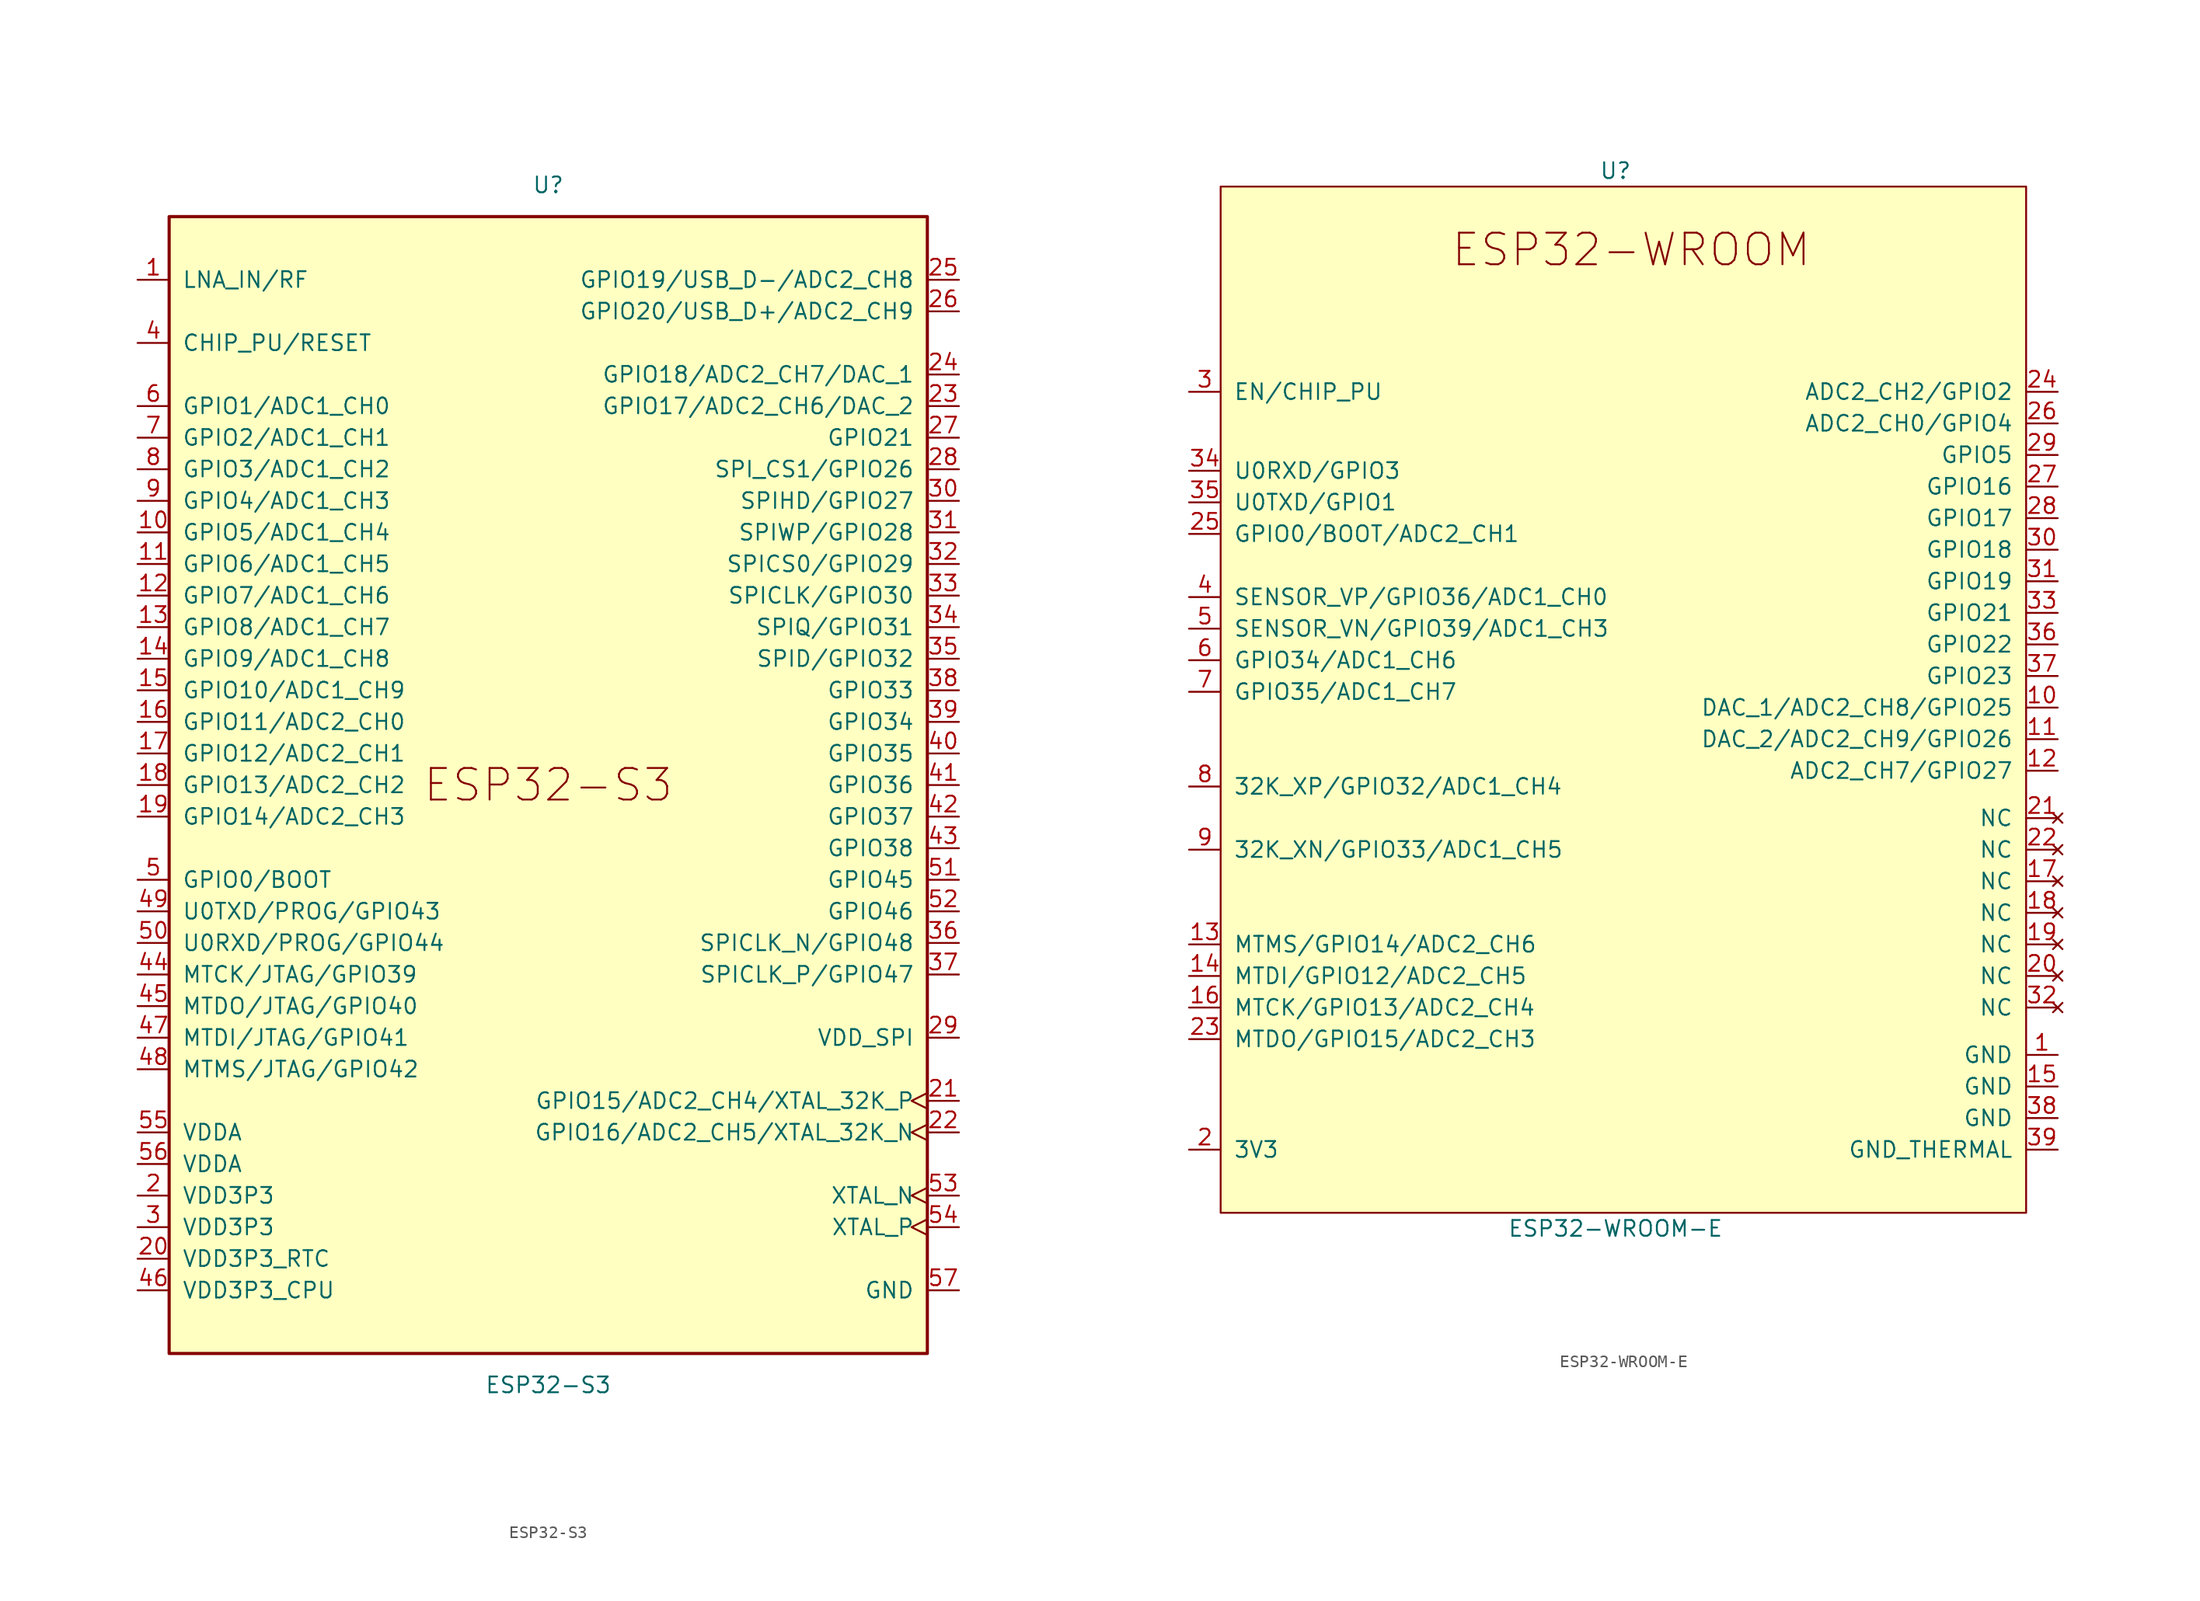
<source format=kicad_sym>
(kicad_symbol_lib
  (version 20220914)
  (generator kicad_symbol_editor)
  (symbol "ESP32-S3"
    (pin_names
      (offset 1.016))
    (property "Reference" "U"
      (at 0 48.26 0)
      (effects (font (size 1.27 1.27))))
    (property "Value" "ESP32-S3"
      (at 0 -48.26 0)
      (effects (font (size 1.27 1.27))))
    (symbol "ESP32-S3_0_0"
      (text "ESP32-S3" (at 0 0 0) (effects (font (size 2.54 2.54))))
      (pin bidirectional line (at 33.02 -12.7 180) (length 2.54) (name "SPICLK_N/GPIO48" (effects (font (size 1.27 1.27)))) (number "36" (effects (font (size 1.27 1.27)))))
      (pin bidirectional line (at 33.02 -15.24 180) (length 2.54) (name "SPICLK_P/GPIO47" (effects (font (size 1.27 1.27)))) (number "37" (effects (font (size 1.27 1.27))))))
    (symbol "ESP32-S3_0_1"
      (rectangle (start -30.48 45.72) (end 30.48 -45.72) (stroke (width 0.254) (type default)) (fill (type background))))
    (symbol "ESP32-S3_1_1"
      (pin bidirectional line (at -33.02 40.64 0) (length 2.54) (name "LNA_IN/RF" (effects (font (size 1.27 1.27)))) (number "1" (effects (font (size 1.27 1.27)))))
      (pin bidirectional line (at -33.02 20.32 0) (length 2.54) (name "GPIO5/ADC1_CH4" (effects (font (size 1.27 1.27)))) (number "10" (effects (font (size 1.27 1.27)))))
      (pin bidirectional line (at -33.02 17.78 0) (length 2.54) (name "GPIO6/ADC1_CH5" (effects (font (size 1.27 1.27)))) (number "11" (effects (font (size 1.27 1.27)))))
      (pin bidirectional line (at -33.02 15.24 0) (length 2.54) (name "GPIO7/ADC1_CH6" (effects (font (size 1.27 1.27)))) (number "12" (effects (font (size 1.27 1.27)))))
      (pin bidirectional line (at -33.02 12.7 0) (length 2.54) (name "GPIO8/ADC1_CH7" (effects (font (size 1.27 1.27)))) (number "13" (effects (font (size 1.27 1.27)))))
      (pin bidirectional line (at -33.02 10.16 0) (length 2.54) (name "GPIO9/ADC1_CH8" (effects (font (size 1.27 1.27)))) (number "14" (effects (font (size 1.27 1.27)))))
      (pin bidirectional line (at -33.02 7.62 0) (length 2.54) (name "GPIO10/ADC1_CH9" (effects (font (size 1.27 1.27)))) (number "15" (effects (font (size 1.27 1.27)))))
      (pin bidirectional line (at -33.02 5.08 0) (length 2.54) (name "GPIO11/ADC2_CH0" (effects (font (size 1.27 1.27)))) (number "16" (effects (font (size 1.27 1.27)))))
      (pin bidirectional line (at -33.02 2.54 0) (length 2.54) (name "GPIO12/ADC2_CH1" (effects (font (size 1.27 1.27)))) (number "17" (effects (font (size 1.27 1.27)))))
      (pin bidirectional line (at -33.02 0 0) (length 2.54) (name "GPIO13/ADC2_CH2" (effects (font (size 1.27 1.27)))) (number "18" (effects (font (size 1.27 1.27)))))
      (pin bidirectional line (at -33.02 -2.54 0) (length 2.54) (name "GPIO14/ADC2_CH3" (effects (font (size 1.27 1.27)))) (number "19" (effects (font (size 1.27 1.27)))))
      (pin power_in line (at -33.02 -33.02 0) (length 2.54) (name "VDD3P3" (effects (font (size 1.27 1.27)))) (number "2" (effects (font (size 1.27 1.27)))))
      (pin power_in line (at -33.02 -38.1 0) (length 2.54) (name "VDD3P3_RTC" (effects (font (size 1.27 1.27)))) (number "20" (effects (font (size 1.27 1.27)))))
      (pin input clock (at 33.02 -25.4 180) (length 2.54) (name "GPIO15/ADC2_CH4/XTAL_32K_P" (effects (font (size 1.27 1.27)))) (number "21" (effects (font (size 1.27 1.27)))))
      (pin output clock (at 33.02 -27.94 180) (length 2.54) (name "GPIO16/ADC2_CH5/XTAL_32K_N" (effects (font (size 1.27 1.27)))) (number "22" (effects (font (size 1.27 1.27)))))
      (pin bidirectional line (at 33.02 30.48 180) (length 2.54) (name "GPIO17/ADC2_CH6/DAC_2" (effects (font (size 1.27 1.27)))) (number "23" (effects (font (size 1.27 1.27)))))
      (pin bidirectional line (at 33.02 33.02 180) (length 2.54) (name "GPIO18/ADC2_CH7/DAC_1" (effects (font (size 1.27 1.27)))) (number "24" (effects (font (size 1.27 1.27)))))
      (pin bidirectional line (at 33.02 40.64 180) (length 2.54) (name "GPIO19/USB_D-/ADC2_CH8" (effects (font (size 1.27 1.27)))) (number "25" (effects (font (size 1.27 1.27)))))
      (pin bidirectional line (at 33.02 38.1 180) (length 2.54) (name "GPIO20/USB_D+/ADC2_CH9" (effects (font (size 1.27 1.27)))) (number "26" (effects (font (size 1.27 1.27)))))
      (pin bidirectional line (at 33.02 27.94 180) (length 2.54) (name "GPIO21" (effects (font (size 1.27 1.27)))) (number "27" (effects (font (size 1.27 1.27)))))
      (pin bidirectional line (at 33.02 25.4 180) (length 2.54) (name "SPI_CS1/GPIO26" (effects (font (size 1.27 1.27)))) (number "28" (effects (font (size 1.27 1.27)))))
      (pin power_out line (at 33.02 -20.32 180) (length 2.54) (name "VDD_SPI" (effects (font (size 1.27 1.27)))) (number "29" (effects (font (size 1.27 1.27)))))
      (pin power_in line (at -33.02 -35.56 0) (length 2.54) (name "VDD3P3" (effects (font (size 1.27 1.27)))) (number "3" (effects (font (size 1.27 1.27)))))
      (pin bidirectional line (at 33.02 22.86 180) (length 2.54) (name "SPIHD/GPIO27" (effects (font (size 1.27 1.27)))) (number "30" (effects (font (size 1.27 1.27)))))
      (pin bidirectional line (at 33.02 20.32 180) (length 2.54) (name "SPIWP/GPIO28" (effects (font (size 1.27 1.27)))) (number "31" (effects (font (size 1.27 1.27)))))
      (pin bidirectional line (at 33.02 17.78 180) (length 2.54) (name "SPICS0/GPIO29" (effects (font (size 1.27 1.27)))) (number "32" (effects (font (size 1.27 1.27)))))
      (pin bidirectional line (at 33.02 15.24 180) (length 2.54) (name "SPICLK/GPIO30" (effects (font (size 1.27 1.27)))) (number "33" (effects (font (size 1.27 1.27)))))
      (pin bidirectional line (at 33.02 12.7 180) (length 2.54) (name "SPIQ/GPIO31" (effects (font (size 1.27 1.27)))) (number "34" (effects (font (size 1.27 1.27)))))
      (pin bidirectional line (at 33.02 10.16 180) (length 2.54) (name "SPID/GPIO32" (effects (font (size 1.27 1.27)))) (number "35" (effects (font (size 1.27 1.27)))))
      (pin bidirectional line (at 33.02 7.62 180) (length 2.54) (name "GPIO33" (effects (font (size 1.27 1.27)))) (number "38" (effects (font (size 1.27 1.27)))))
      (pin bidirectional line (at 33.02 5.08 180) (length 2.54) (name "GPIO34" (effects (font (size 1.27 1.27)))) (number "39" (effects (font (size 1.27 1.27)))))
      (pin input line (at -33.02 35.56 0) (length 2.54) (name "CHIP_PU/RESET" (effects (font (size 1.27 1.27)))) (number "4" (effects (font (size 1.27 1.27)))))
      (pin bidirectional line (at 33.02 2.54 180) (length 2.54) (name "GPIO35" (effects (font (size 1.27 1.27)))) (number "40" (effects (font (size 1.27 1.27)))))
      (pin bidirectional line (at 33.02 0 180) (length 2.54) (name "GPIO36" (effects (font (size 1.27 1.27)))) (number "41" (effects (font (size 1.27 1.27)))))
      (pin bidirectional line (at 33.02 -2.54 180) (length 2.54) (name "GPIO37" (effects (font (size 1.27 1.27)))) (number "42" (effects (font (size 1.27 1.27)))))
      (pin bidirectional line (at 33.02 -5.08 180) (length 2.54) (name "GPIO38" (effects (font (size 1.27 1.27)))) (number "43" (effects (font (size 1.27 1.27)))))
      (pin bidirectional line (at -33.02 -15.24 0) (length 2.54) (name "MTCK/JTAG/GPIO39" (effects (font (size 1.27 1.27)))) (number "44" (effects (font (size 1.27 1.27)))))
      (pin bidirectional line (at -33.02 -17.78 0) (length 2.54) (name "MTDO/JTAG/GPIO40" (effects (font (size 1.27 1.27)))) (number "45" (effects (font (size 1.27 1.27)))))
      (pin power_in line (at -33.02 -40.64 0) (length 2.54) (name "VDD3P3_CPU" (effects (font (size 1.27 1.27)))) (number "46" (effects (font (size 1.27 1.27)))))
      (pin bidirectional line (at -33.02 -20.32 0) (length 2.54) (name "MTDI/JTAG/GPIO41" (effects (font (size 1.27 1.27)))) (number "47" (effects (font (size 1.27 1.27)))))
      (pin bidirectional line (at -33.02 -22.86 0) (length 2.54) (name "MTMS/JTAG/GPIO42" (effects (font (size 1.27 1.27)))) (number "48" (effects (font (size 1.27 1.27)))))
      (pin bidirectional line (at -33.02 -10.16 0) (length 2.54) (name "U0TXD/PROG/GPIO43" (effects (font (size 1.27 1.27)))) (number "49" (effects (font (size 1.27 1.27)))))
      (pin bidirectional line (at -33.02 -7.62 0) (length 2.54) (name "GPIO0/BOOT" (effects (font (size 1.27 1.27)))) (number "5" (effects (font (size 1.27 1.27)))))
      (pin bidirectional line (at -33.02 -12.7 0) (length 2.54) (name "U0RXD/PROG/GPIO44" (effects (font (size 1.27 1.27)))) (number "50" (effects (font (size 1.27 1.27)))))
      (pin bidirectional line (at 33.02 -7.62 180) (length 2.54) (name "GPIO45" (effects (font (size 1.27 1.27)))) (number "51" (effects (font (size 1.27 1.27)))))
      (pin bidirectional line (at 33.02 -10.16 180) (length 2.54) (name "GPIO46" (effects (font (size 1.27 1.27)))) (number "52" (effects (font (size 1.27 1.27)))))
      (pin input clock (at 33.02 -33.02 180) (length 2.54) (name "XTAL_N" (effects (font (size 1.27 1.27)))) (number "53" (effects (font (size 1.27 1.27)))))
      (pin output clock (at 33.02 -35.56 180) (length 2.54) (name "XTAL_P" (effects (font (size 1.27 1.27)))) (number "54" (effects (font (size 1.27 1.27)))))
      (pin power_in line (at -33.02 -27.94 0) (length 2.54) (name "VDDA" (effects (font (size 1.27 1.27)))) (number "55" (effects (font (size 1.27 1.27)))))
      (pin power_in line (at -33.02 -30.48 0) (length 2.54) (name "VDDA" (effects (font (size 1.27 1.27)))) (number "56" (effects (font (size 1.27 1.27)))))
      (pin power_in line (at 33.02 -40.64 180) (length 2.54) (name "GND" (effects (font (size 1.27 1.27)))) (number "57" (effects (font (size 1.27 1.27)))))
      (pin bidirectional line (at -33.02 30.48 0) (length 2.54) (name "GPIO1/ADC1_CH0" (effects (font (size 1.27 1.27)))) (number "6" (effects (font (size 1.27 1.27)))))
      (pin bidirectional line (at -33.02 27.94 0) (length 2.54) (name "GPIO2/ADC1_CH1" (effects (font (size 1.27 1.27)))) (number "7" (effects (font (size 1.27 1.27)))))
      (pin bidirectional line (at -33.02 25.4 0) (length 2.54) (name "GPIO3/ADC1_CH2" (effects (font (size 1.27 1.27)))) (number "8" (effects (font (size 1.27 1.27)))))
      (pin bidirectional line (at -33.02 22.86 0) (length 2.54) (name "GPIO4/ADC1_CH3" (effects (font (size 1.27 1.27)))) (number "9" (effects (font (size 1.27 1.27)))))))
  (symbol "ESP32-WROOM-E"
    (pin_names
      (offset 1.016))
    (property "Reference" "U"
      (at 0 43.18 0)
      (effects (font (size 1.27 1.27))))
    (property "Value" "ESP32-WROOM-E"
      (at 0 -41.91 0)
      (effects (font (size 1.27 1.27))))
    (symbol "ESP32-WROOM-E_0_1"
      (rectangle (start 33.02 41.91) (end -31.75 -40.64) (stroke (width 0) (type default)) (fill (type background))))
    (symbol "ESP32-WROOM-E_1_1"
      (text "ESP32-­WROOM­" (at 1.27 36.83 0) (effects (font (size 2.54 2.54))))
      (pin power_in line (at 35.56 -27.94 180) (length 2.54) (name "GND" (effects (font (size 1.27 1.27)))) (number "1" (effects (font (size 1.27 1.27)))))
      (pin bidirectional line (at 35.56 0 180) (length 2.54) (name "DAC_1/ADC2_CH8/GPIO25" (effects (font (size 1.27 1.27)))) (number "10" (effects (font (size 1.27 1.27)))))
      (pin bidirectional line (at 35.56 -2.54 180) (length 2.54) (name "DAC_2/ADC2_CH9/GPIO26" (effects (font (size 1.27 1.27)))) (number "11" (effects (font (size 1.27 1.27)))))
      (pin bidirectional line (at 35.56 -5.08 180) (length 2.54) (name "ADC2_CH7/GPIO27" (effects (font (size 1.27 1.27)))) (number "12" (effects (font (size 1.27 1.27)))))
      (pin bidirectional line (at -34.29 -19.05 0) (length 2.54) (name "MTMS/GPIO14/ADC2_CH6" (effects (font (size 1.27 1.27)))) (number "13" (effects (font (size 1.27 1.27)))))
      (pin bidirectional line (at -34.29 -21.59 0) (length 2.54) (name "MTDI/GPIO12/ADC2_CH5" (effects (font (size 1.27 1.27)))) (number "14" (effects (font (size 1.27 1.27)))))
      (pin power_in line (at 35.56 -30.48 180) (length 2.54) (name "GND" (effects (font (size 1.27 1.27)))) (number "15" (effects (font (size 1.27 1.27)))))
      (pin bidirectional line (at -34.29 -24.13 0) (length 2.54) (name "MTCK/GPIO13/ADC2_CH4" (effects (font (size 1.27 1.27)))) (number "16" (effects (font (size 1.27 1.27)))))
      (pin no_connect line (at 35.56 -13.97 180) (length 2.54) (name "NC" (effects (font (size 1.27 1.27)))) (number "17" (effects (font (size 1.27 1.27)))))
      (pin no_connect line (at 35.56 -16.51 180) (length 2.54) (name "NC" (effects (font (size 1.27 1.27)))) (number "18" (effects (font (size 1.27 1.27)))))
      (pin no_connect line (at 35.56 -19.05 180) (length 2.54) (name "NC" (effects (font (size 1.27 1.27)))) (number "19" (effects (font (size 1.27 1.27)))))
      (pin power_in line (at -34.29 -35.56 0) (length 2.54) (name "3V3" (effects (font (size 1.27 1.27)))) (number "2" (effects (font (size 1.27 1.27)))))
      (pin no_connect line (at 35.56 -21.59 180) (length 2.54) (name "NC" (effects (font (size 1.27 1.27)))) (number "20" (effects (font (size 1.27 1.27)))))
      (pin no_connect line (at 35.56 -8.89 180) (length 2.54) (name "NC" (effects (font (size 1.27 1.27)))) (number "21" (effects (font (size 1.27 1.27)))))
      (pin no_connect line (at 35.56 -11.43 180) (length 2.54) (name "NC" (effects (font (size 1.27 1.27)))) (number "22" (effects (font (size 1.27 1.27)))))
      (pin bidirectional line (at -34.29 -26.67 0) (length 2.54) (name "MTDO/GPIO15/ADC2_CH3" (effects (font (size 1.27 1.27)))) (number "23" (effects (font (size 1.27 1.27)))))
      (pin bidirectional line (at 35.56 25.4 180) (length 2.54) (name "ADC2_CH2/GPIO2" (effects (font (size 1.27 1.27)))) (number "24" (effects (font (size 1.27 1.27)))))
      (pin bidirectional line (at -34.29 13.97 0) (length 2.54) (name "GPIO0/BOOT/ADC2_CH1" (effects (font (size 1.27 1.27)))) (number "25" (effects (font (size 1.27 1.27)))))
      (pin bidirectional line (at 35.56 22.86 180) (length 2.54) (name "ADC2_CH0/GPIO4" (effects (font (size 1.27 1.27)))) (number "26" (effects (font (size 1.27 1.27)))))
      (pin bidirectional line (at 35.56 17.78 180) (length 2.54) (name "GPIO16" (effects (font (size 1.27 1.27)))) (number "27" (effects (font (size 1.27 1.27)))))
      (pin bidirectional line (at 35.56 15.24 180) (length 2.54) (name "GPIO17" (effects (font (size 1.27 1.27)))) (number "28" (effects (font (size 1.27 1.27)))))
      (pin bidirectional line (at 35.56 20.32 180) (length 2.54) (name "GPIO5" (effects (font (size 1.27 1.27)))) (number "29" (effects (font (size 1.27 1.27)))))
      (pin input line (at -34.29 25.4 0) (length 2.54) (name "EN/CHIP_PU" (effects (font (size 1.27 1.27)))) (number "3" (effects (font (size 1.27 1.27)))))
      (pin bidirectional line (at 35.56 12.7 180) (length 2.54) (name "GPIO18" (effects (font (size 1.27 1.27)))) (number "30" (effects (font (size 1.27 1.27)))))
      (pin bidirectional line (at 35.56 10.16 180) (length 2.54) (name "GPIO19" (effects (font (size 1.27 1.27)))) (number "31" (effects (font (size 1.27 1.27)))))
      (pin no_connect line (at 35.56 -24.13 180) (length 2.54) (name "NC" (effects (font (size 1.27 1.27)))) (number "32" (effects (font (size 1.27 1.27)))))
      (pin bidirectional line (at 35.56 7.62 180) (length 2.54) (name "GPIO21" (effects (font (size 1.27 1.27)))) (number "33" (effects (font (size 1.27 1.27)))))
      (pin bidirectional line (at -34.29 19.05 0) (length 2.54) (name "U0RXD/GPIO3" (effects (font (size 1.27 1.27)))) (number "34" (effects (font (size 1.27 1.27)))))
      (pin bidirectional line (at -34.29 16.51 0) (length 2.54) (name "U0TXD/GPIO1" (effects (font (size 1.27 1.27)))) (number "35" (effects (font (size 1.27 1.27)))))
      (pin bidirectional line (at 35.56 5.08 180) (length 2.54) (name "GPIO22" (effects (font (size 1.27 1.27)))) (number "36" (effects (font (size 1.27 1.27)))))
      (pin bidirectional line (at 35.56 2.54 180) (length 2.54) (name "GPIO23" (effects (font (size 1.27 1.27)))) (number "37" (effects (font (size 1.27 1.27)))))
      (pin power_in line (at 35.56 -33.02 180) (length 2.54) (name "GND" (effects (font (size 1.27 1.27)))) (number "38" (effects (font (size 1.27 1.27)))))
      (pin power_in line (at 35.56 -35.56 180) (length 2.54) (name "GND_THERMAL" (effects (font (size 1.27 1.27)))) (number "39" (effects (font (size 1.27 1.27)))))
      (pin input line (at -34.29 8.89 0) (length 2.54) (name "SENSOR_VP/GPIO36/ADC1_CH0" (effects (font (size 1.27 1.27)))) (number "4" (effects (font (size 1.27 1.27)))))
      (pin input line (at -34.29 6.35 0) (length 2.54) (name "SENSOR_VN/GPIO39/ADC1_CH3" (effects (font (size 1.27 1.27)))) (number "5" (effects (font (size 1.27 1.27)))))
      (pin input line (at -34.29 3.81 0) (length 2.54) (name "GPIO34/ADC1_CH6" (effects (font (size 1.27 1.27)))) (number "6" (effects (font (size 1.27 1.27)))))
      (pin input line (at -34.29 1.27 0) (length 2.54) (name "GPIO35/ADC1_CH7" (effects (font (size 1.27 1.27)))) (number "7" (effects (font (size 1.27 1.27)))))
      (pin bidirectional line (at -34.29 -6.35 0) (length 2.54) (name "32K_XP/GPIO32/ADC1_CH4" (effects (font (size 1.27 1.27)))) (number "8" (effects (font (size 1.27 1.27)))))
      (pin bidirectional line (at -34.29 -11.43 0) (length 2.54) (name "32K_XN/GPIO33/ADC1_CH5" (effects (font (size 1.27 1.27)))) (number "9" (effects (font (size 1.27 1.27))))))))
</source>
